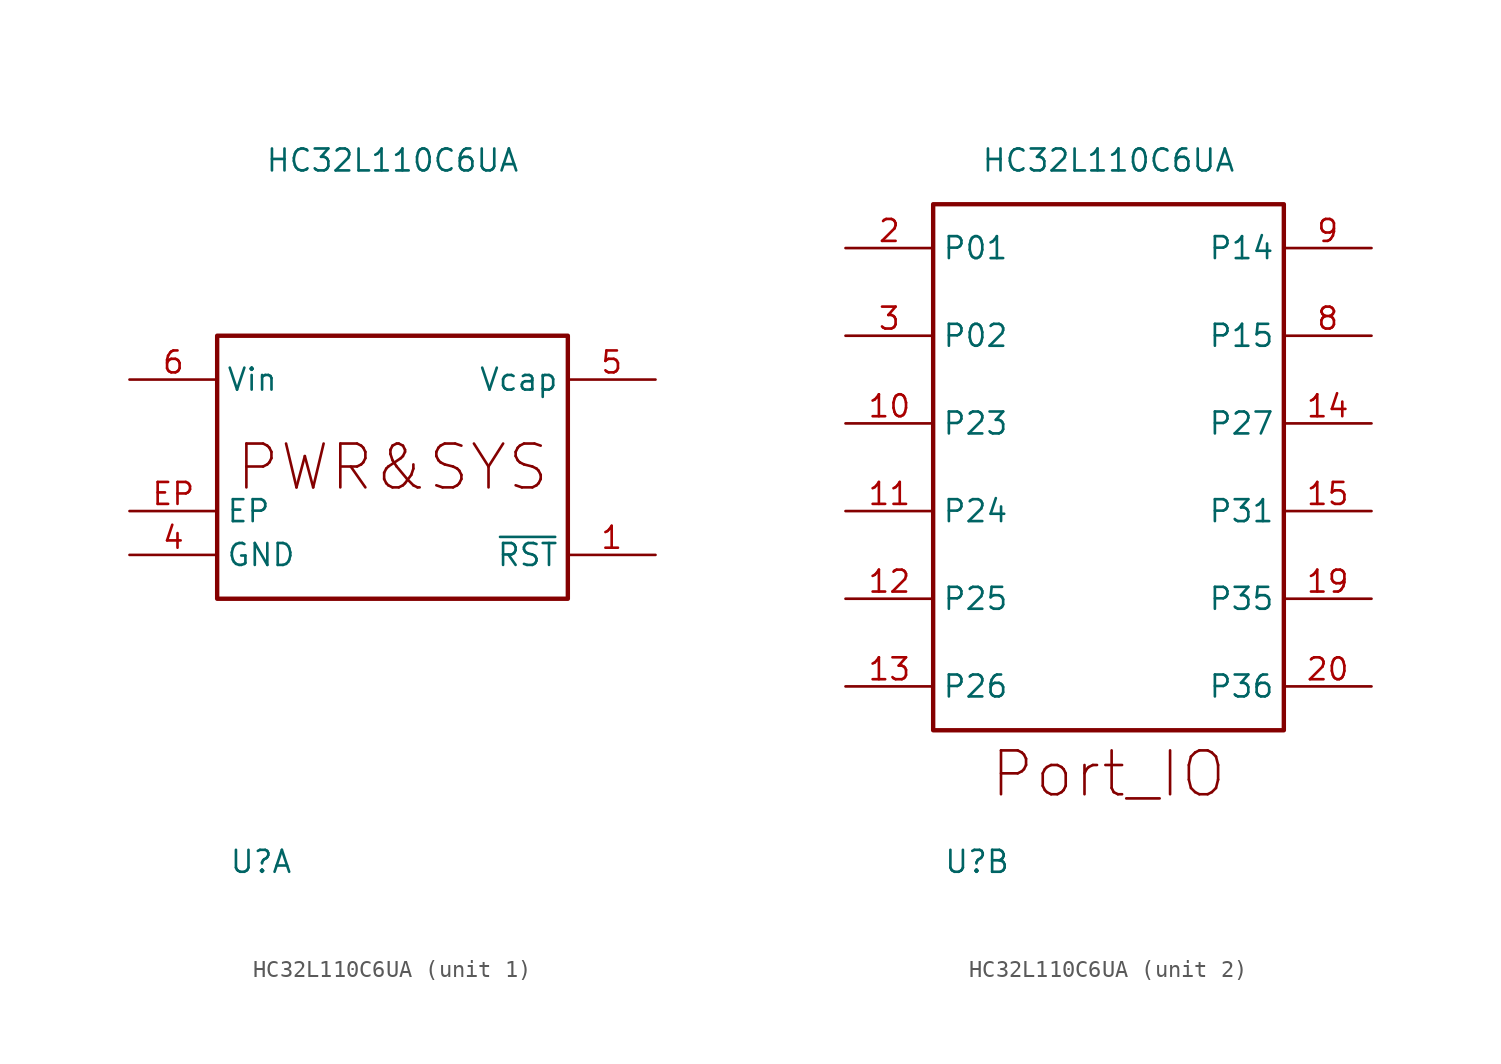
<source format=kicad_sym>
(kicad_symbol_lib
  (version 20211014)
  (generator kicad_symbol_editor)
  (symbol "HC32L110C6UA"
    (property "Reference" "U"
      (at -7.62 -22.86 0)
      (effects (font (size 1.27 1.27))))
    (property "Value" "HC32L110C6UA"
      (at 0 17.78 0)
      (effects (font (size 1.27 1.27))))
    (property "ki_locked" ""
      (at 0 0 0)
      (effects (font (size 1.27 1.27))))
    (symbol "HC32L110C6UA_1_0"
      (text "PWR&SYS" (at 0 0 0) (effects (font (size 2.54 2.54)))))
    (symbol "HC32L110C6UA_1_1"
      (rectangle (start -10.16 7.62) (end 10.16 -7.62) (stroke (width 0.254) (type default) (color 0 0 0 0)) (fill (type none)))
      (pin input line (at 15.24 -5.08 180) (length 5.08) (name "~{RST}" (effects (font (size 1.27 1.27)))) (number "1" (effects (font (size 1.27 1.27)))) (alternate "P00" input line))
      (pin bidirectional line (at 0 -12.7 90) (length 5.08) hide (name "P32" (effects (font (size 1.27 1.27)))) (number "16" (effects (font (size 1.27 1.27)))))
      (pin bidirectional line (at 2.54 -12.7 90) (length 5.08) hide (name "P33" (effects (font (size 1.27 1.27)))) (number "17" (effects (font (size 1.27 1.27)))))
      (pin bidirectional line (at 5.08 -12.7 90) (length 5.08) hide (name "P34" (effects (font (size 1.27 1.27)))) (number "18" (effects (font (size 1.27 1.27)))))
      (pin power_in line (at -15.24 -5.08 0) (length 5.08) (name "GND" (effects (font (size 1.27 1.27)))) (number "4" (effects (font (size 1.27 1.27)))))
      (pin power_out line (at 15.24 5.08 180) (length 5.08) (name "Vcap" (effects (font (size 1.27 1.27)))) (number "5" (effects (font (size 1.27 1.27)))))
      (pin power_in line (at -15.24 5.08 0) (length 5.08) (name "Vin" (effects (font (size 1.27 1.27)))) (number "6" (effects (font (size 1.27 1.27)))))
      (pin bidirectional line (at -2.54 -12.7 90) (length 5.08) hide (name "P03" (effects (font (size 1.27 1.27)))) (number "7" (effects (font (size 1.27 1.27)))))
      (pin passive line (at -15.24 -2.54 0) (length 5.08) (name "EP" (effects (font (size 1.27 1.27)))) (number "EP" (effects (font (size 1.27 1.27))))))
    (symbol "HC32L110C6UA_2_0"
      (text "Port_IO" (at 0 -17.78 0) (effects (font (size 2.54 2.54)))))
    (symbol "HC32L110C6UA_2_1"
      (rectangle (start -10.16 15.24) (end 10.16 -15.24) (stroke (width 0.254) (type default) (color 0 0 0 0)) (fill (type none)))
      (pin bidirectional line (at -15.24 2.54 0) (length 5.08) (name "P23" (effects (font (size 1.27 1.27)))) (number "10" (effects (font (size 1.27 1.27)))) (alternate "PCA_CH0" bidirectional line) (alternate "SPI_MISO" bidirectional line) (alternate "TIM4_CHA" bidirectional line) (alternate "TIM4_CHB" bidirectional line) (alternate "TIM6_CHA" bidirectional line) (alternate "UART1_Tx" output line))
      (pin bidirectional line (at -15.24 -2.54 0) (length 5.08) (name "P24" (effects (font (size 1.27 1.27)))) (number "11" (effects (font (size 1.27 1.27)))) (alternate "ADC_IN0" bidirectional line) (alternate "PCA_CH1" bidirectional line) (alternate "SPI_MOSI" bidirectional line) (alternate "TIM4_CHB" bidirectional line) (alternate "TIM5_CHB" bidirectional line) (alternate "UART1_Rx" input line))
      (pin bidirectional line (at -15.24 -7.62 0) (length 5.08) (name "P25" (effects (font (size 1.27 1.27)))) (number "12" (effects (font (size 1.27 1.27)))) (alternate "I2C_SDA" open_collector line) (alternate "LPUART_Rx" power_in line) (alternate "PCA_CH0" bidirectional line) (alternate "SPI_SCK" bidirectional clock) (alternate "TIM5_CHA" bidirectional line))
      (pin bidirectional line (at -15.24 -12.7 0) (length 5.08) (name "P26" (effects (font (size 1.27 1.27)))) (number "13" (effects (font (size 1.27 1.27)))) (alternate "ADC_IN1" input line) (alternate "I2C_SCL" open_collector clock) (alternate "LPUART_Tx" output line) (alternate "PCA_CH2" bidirectional line) (alternate "SPI_MOSI" bidirectional line) (alternate "TIM4_CHA" bidirectional line) (alternate "TIM5_CHB" bidirectional line))
      (pin bidirectional line (at 15.24 2.54 180) (length 5.08) (name "P27" (effects (font (size 1.27 1.27)))) (number "14" (effects (font (size 1.27 1.27)))) (alternate "PCA_CH3" bidirectional line) (alternate "SPI_MISO" bidirectional line) (alternate "SWDIO" bidirectional line) (alternate "TIM5_CHA" bidirectional line) (alternate "TIM6_CHA" bidirectional line) (alternate "UART0_Rx" input line))
      (pin bidirectional line (at 15.24 -2.54 180) (length 5.08) (name "P31" (effects (font (size 1.27 1.27)))) (number "15" (effects (font (size 1.27 1.27)))) (alternate "SWCLK" bidirectional clock) (alternate "TIM3_TOG" output line) (alternate "UART0_Tx" output line))
      (pin bidirectional line (at 15.24 -7.62 180) (length 5.08) (name "P35" (effects (font (size 1.27 1.27)))) (number "19" (effects (font (size 1.27 1.27)))) (alternate "ADC_IN5" input line) (alternate "I2C_SDA" open_collector line) (alternate "SPI_MISO" bidirectional line) (alternate "TIM4_CHB" bidirectional line) (alternate "TIM6_CHB" bidirectional line) (alternate "UART0_Tx" output line) (alternate "UART1_Tx" output line))
      (pin bidirectional line (at -15.24 12.7 0) (length 5.08) (name "P01" (effects (font (size 1.27 1.27)))) (number "2" (effects (font (size 1.27 1.27)))) (alternate "ADC_IN7" input line) (alternate "I2C_SDA" open_collector line) (alternate "OSC_IN" input clock) (alternate "SPI_SCK" bidirectional clock) (alternate "TIM0_TOG" output line) (alternate "TIM5_CHB" bidirectional line) (alternate "UART0_Rx" input line) (alternate "UART1_Tx" output line))
      (pin bidirectional line (at 15.24 -12.7 180) (length 5.08) (name "P36" (effects (font (size 1.27 1.27)))) (number "20" (effects (font (size 1.27 1.27)))) (alternate "ADC_IN6" input line) (alternate "I2C_SCL" open_collector clock) (alternate "PCA_CH4" bidirectional line) (alternate "SPI_MOSI" bidirectional line) (alternate "TIM5_CHA" bidirectional line) (alternate "TIM6_CHA" bidirectional line) (alternate "UART0_Rx" input line) (alternate "UART1_Rx" input line))
      (pin bidirectional line (at -15.24 7.62 0) (length 5.08) (name "P02" (effects (font (size 1.27 1.27)))) (number "3" (effects (font (size 1.27 1.27)))) (alternate "ADC_IN8" input line) (alternate "I2C_SCL" open_collector clock) (alternate "OSC_OUT" output clock) (alternate "SPI_~{SS}" bidirectional inverted) (alternate "TIM1_TOGN" output inverted) (alternate "TIM6_CHA" bidirectional line) (alternate "UART0_Tx" output line) (alternate "UART1_Rx" input line))
      (pin bidirectional line (at 15.24 7.62 180) (length 5.08) (name "P15" (effects (font (size 1.27 1.27)))) (number "8" (effects (font (size 1.27 1.27)))) (alternate "I2C_SDA" open_collector line) (alternate "OSC32_OUT" output clock) (alternate "SPI_SCK" bidirectional clock) (alternate "TIM2_TOG" output line) (alternate "TIM4_CHB" bidirectional line) (alternate "UART0_Rx" input line))
      (pin bidirectional line (at 15.24 12.7 180) (length 5.08) (name "P14" (effects (font (size 1.27 1.27)))) (number "9" (effects (font (size 1.27 1.27)))) (alternate "I2C_SCL" open_collector clock) (alternate "OSC32_IN" input clock) (alternate "SPI_~{SS}" bidirectional inverted) (alternate "TIM2_TOGN" output inverted) (alternate "UART0_Tx" output line)))))
</source>
